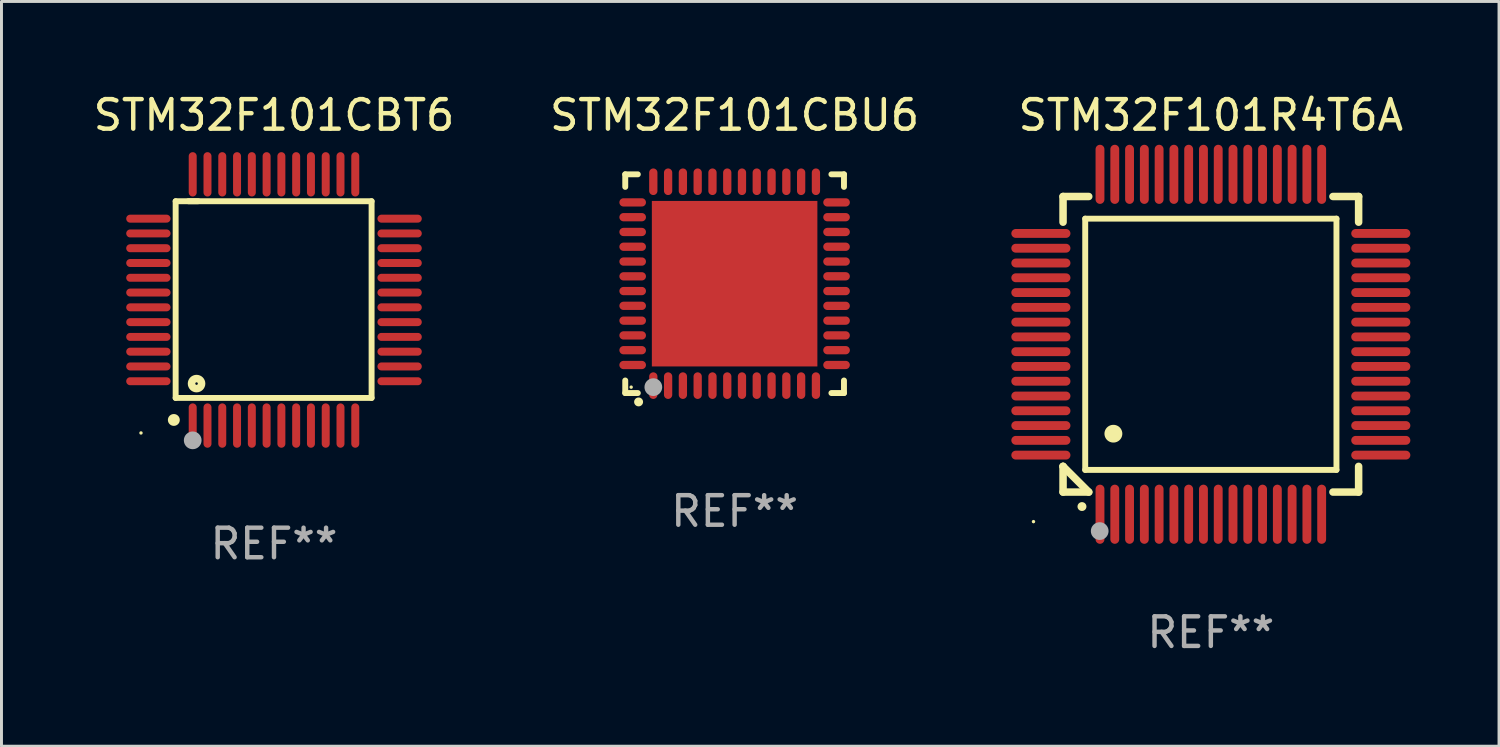
<source format=kicad_pcb>
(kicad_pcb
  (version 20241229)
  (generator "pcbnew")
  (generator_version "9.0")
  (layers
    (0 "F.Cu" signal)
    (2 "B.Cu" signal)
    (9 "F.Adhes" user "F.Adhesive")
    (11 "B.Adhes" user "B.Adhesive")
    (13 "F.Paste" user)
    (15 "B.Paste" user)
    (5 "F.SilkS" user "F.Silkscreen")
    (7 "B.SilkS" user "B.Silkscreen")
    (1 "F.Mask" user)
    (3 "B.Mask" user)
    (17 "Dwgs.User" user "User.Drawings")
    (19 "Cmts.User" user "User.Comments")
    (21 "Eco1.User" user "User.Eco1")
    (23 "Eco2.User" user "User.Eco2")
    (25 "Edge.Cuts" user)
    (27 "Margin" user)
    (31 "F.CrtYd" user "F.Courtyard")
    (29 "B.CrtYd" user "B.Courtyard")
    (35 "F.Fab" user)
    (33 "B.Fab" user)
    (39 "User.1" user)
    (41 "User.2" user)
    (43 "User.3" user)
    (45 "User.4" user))
  (footprint "STM32F101CBT6"
    (layer "F.Cu")
    (at 6.22 7.098)
    (property "Reference" "STM32F101CBT6" (at 0 -6.25 0) (layer "F.SilkS") (effects (font (size 1 1) (thickness 0.15))))
    (attr through_hole)
    (fp_line (start -3.327 -3.34) (end -2.565 -3.34) (stroke (width 0.2) (type solid)) (layer "F.SilkS"))
    (fp_line (start -3.327 3.315) (end -3.327 -3.34) (stroke (width 0.2) (type solid)) (layer "F.SilkS"))
    (fp_line (start -2.896 -3.34) (end 3.302 -3.34) (stroke (width 0.2) (type solid)) (layer "F.SilkS"))
    (fp_line (start 3.302 -3.34) (end 3.302 3.315) (stroke (width 0.2) (type solid)) (layer "F.SilkS"))
    (fp_line (start 3.302 3.315) (end -3.327 3.315) (stroke (width 0.2) (type solid)) (layer "F.SilkS"))
    (fp_arc (start -3.389992 4.059995) (mid -3.388722 4.059991) (end -3.387452 4.059995) (stroke (width 0.4) (type solid)) (layer "F.SilkS"))
    (fp_circle (center -4.5 4.5) (end -4.47 4.5) (stroke (width 0.06) (type solid)) (fill no) (layer "F.SilkS"))
    (fp_circle (center -2.62 2.83) (end -2.45 2.83) (stroke (width 0.254) (type solid)) (fill no) (layer "F.SilkS"))
    (fp_circle (center -2.75 4.75) (end -2.6 4.75) (stroke (width 0.3) (type solid)) (fill no) (layer "F.Fab"))
    (fp_text user "REF**" (at 0 8.25 0) (layer "F.Fab") (effects (font (size 1 1) (thickness 0.15))))
    (pad "1" smd oval (at -2.75 4.25) (size 0.27 1.5) (layers "F.Cu" "F.Mask" "F.Paste"))
    (pad "2" smd oval (at -2.25 4.25) (size 0.27 1.5) (layers "F.Cu" "F.Mask" "F.Paste"))
    (pad "3" smd oval (at -1.75 4.25) (size 0.27 1.5) (layers "F.Cu" "F.Mask" "F.Paste"))
    (pad "4" smd oval (at -1.25 4.25) (size 0.27 1.5) (layers "F.Cu" "F.Mask" "F.Paste"))
    (pad "5" smd oval (at -0.75 4.25) (size 0.27 1.5) (layers "F.Cu" "F.Mask" "F.Paste"))
    (pad "6" smd oval (at -0.25 4.25) (size 0.27 1.5) (layers "F.Cu" "F.Mask" "F.Paste"))
    (pad "7" smd oval (at 0.25 4.25) (size 0.27 1.5) (layers "F.Cu" "F.Mask" "F.Paste"))
    (pad "8" smd oval (at 0.75 4.25) (size 0.27 1.5) (layers "F.Cu" "F.Mask" "F.Paste"))
    (pad "9" smd oval (at 1.25 4.25) (size 0.27 1.5) (layers "F.Cu" "F.Mask" "F.Paste"))
    (pad "10" smd oval (at 1.75 4.25) (size 0.27 1.5) (layers "F.Cu" "F.Mask" "F.Paste"))
    (pad "11" smd oval (at 2.25 4.25) (size 0.27 1.5) (layers "F.Cu" "F.Mask" "F.Paste"))
    (pad "12" smd oval (at 2.75 4.25) (size 0.27 1.5) (layers "F.Cu" "F.Mask" "F.Paste"))
    (pad "13" smd oval (at 4.25 2.75) (size 1.5 0.27) (layers "F.Cu" "F.Mask" "F.Paste"))
    (pad "14" smd oval (at 4.25 2.25) (size 1.5 0.27) (layers "F.Cu" "F.Mask" "F.Paste"))
    (pad "15" smd oval (at 4.25 1.75) (size 1.5 0.27) (layers "F.Cu" "F.Mask" "F.Paste"))
    (pad "16" smd oval (at 4.25 1.25) (size 1.5 0.27) (layers "F.Cu" "F.Mask" "F.Paste"))
    (pad "17" smd oval (at 4.25 0.75) (size 1.5 0.27) (layers "F.Cu" "F.Mask" "F.Paste"))
    (pad "18" smd oval (at 4.25 0.25) (size 1.5 0.27) (layers "F.Cu" "F.Mask" "F.Paste"))
    (pad "19" smd oval (at 4.25 -0.25) (size 1.5 0.27) (layers "F.Cu" "F.Mask" "F.Paste"))
    (pad "20" smd oval (at 4.25 -0.75) (size 1.5 0.27) (layers "F.Cu" "F.Mask" "F.Paste"))
    (pad "21" smd oval (at 4.25 -1.25) (size 1.5 0.27) (layers "F.Cu" "F.Mask" "F.Paste"))
    (pad "22" smd oval (at 4.25 -1.75) (size 1.5 0.27) (layers "F.Cu" "F.Mask" "F.Paste"))
    (pad "23" smd oval (at 4.25 -2.25) (size 1.5 0.27) (layers "F.Cu" "F.Mask" "F.Paste"))
    (pad "24" smd oval (at 4.25 -2.75) (size 1.5 0.27) (layers "F.Cu" "F.Mask" "F.Paste"))
    (pad "25" smd oval (at 2.75 -4.25) (size 0.27 1.5) (layers "F.Cu" "F.Mask" "F.Paste"))
    (pad "26" smd oval (at 2.25 -4.25) (size 0.27 1.5) (layers "F.Cu" "F.Mask" "F.Paste"))
    (pad "27" smd oval (at 1.75 -4.25) (size 0.27 1.5) (layers "F.Cu" "F.Mask" "F.Paste"))
    (pad "28" smd oval (at 1.25 -4.25) (size 0.27 1.5) (layers "F.Cu" "F.Mask" "F.Paste"))
    (pad "29" smd oval (at 0.75 -4.25) (size 0.27 1.5) (layers "F.Cu" "F.Mask" "F.Paste"))
    (pad "30" smd oval (at 0.25 -4.25) (size 0.27 1.5) (layers "F.Cu" "F.Mask" "F.Paste"))
    (pad "31" smd oval (at -0.25 -4.25) (size 0.27 1.5) (layers "F.Cu" "F.Mask" "F.Paste"))
    (pad "32" smd oval (at -0.75 -4.25) (size 0.27 1.5) (layers "F.Cu" "F.Mask" "F.Paste"))
    (pad "33" smd oval (at -1.25 -4.25) (size 0.27 1.5) (layers "F.Cu" "F.Mask" "F.Paste"))
    (pad "34" smd oval (at -1.75 -4.25) (size 0.27 1.5) (layers "F.Cu" "F.Mask" "F.Paste"))
    (pad "35" smd oval (at -2.25 -4.25) (size 0.27 1.5) (layers "F.Cu" "F.Mask" "F.Paste"))
    (pad "36" smd oval (at -2.75 -4.25) (size 0.27 1.5) (layers "F.Cu" "F.Mask" "F.Paste"))
    (pad "37" smd oval (at -4.25 -2.75) (size 1.5 0.27) (layers "F.Cu" "F.Mask" "F.Paste"))
    (pad "38" smd oval (at -4.25 -2.25) (size 1.5 0.27) (layers "F.Cu" "F.Mask" "F.Paste"))
    (pad "39" smd oval (at -4.25 -1.75) (size 1.5 0.27) (layers "F.Cu" "F.Mask" "F.Paste"))
    (pad "40" smd oval (at -4.25 -1.25) (size 1.5 0.27) (layers "F.Cu" "F.Mask" "F.Paste"))
    (pad "41" smd oval (at -4.25 -0.75) (size 1.5 0.27) (layers "F.Cu" "F.Mask" "F.Paste"))
    (pad "42" smd oval (at -4.25 -0.25) (size 1.5 0.27) (layers "F.Cu" "F.Mask" "F.Paste"))
    (pad "43" smd oval (at -4.25 0.25) (size 1.5 0.27) (layers "F.Cu" "F.Mask" "F.Paste"))
    (pad "44" smd oval (at -4.25 0.75) (size 1.5 0.27) (layers "F.Cu" "F.Mask" "F.Paste"))
    (pad "45" smd oval (at -4.25 1.25) (size 1.5 0.27) (layers "F.Cu" "F.Mask" "F.Paste"))
    (pad "46" smd oval (at -4.25 1.75) (size 1.5 0.27) (layers "F.Cu" "F.Mask" "F.Paste"))
    (pad "47" smd oval (at -4.25 2.25) (size 1.5 0.27) (layers "F.Cu" "F.Mask" "F.Paste"))
    (pad "48" smd oval (at -4.25 2.75) (size 1.5 0.27) (layers "F.Cu" "F.Mask" "F.Paste")))
  (footprint "STM32F101CBU6"
    (layer "F.Cu")
    (at 21.804 6.548)
    (property "Reference" "STM32F101CBU6" (at 0 -5.7 0) (layer "F.SilkS") (effects (font (size 1 1) (thickness 0.15))))
    (attr through_hole)
    (fp_line (start -3.7 -3.7) (end -3.275 -3.7) (stroke (width 0.2) (type solid)) (layer "F.SilkS"))
    (fp_line (start -3.7 -3.275) (end -3.7 -3.7) (stroke (width 0.2) (type solid)) (layer "F.SilkS"))
    (fp_line (start -3.7 3.7) (end -3.7 3.275) (stroke (width 0.2) (type solid)) (layer "F.SilkS"))
    (fp_line (start -3.275 3.7) (end -3.7 3.7) (stroke (width 0.2) (type solid)) (layer "F.SilkS"))
    (fp_line (start 3.7 -3.7) (end 3.275 -3.7) (stroke (width 0.2) (type solid)) (layer "F.SilkS"))
    (fp_line (start 3.7 -3.275) (end 3.7 -3.7) (stroke (width 0.2) (type solid)) (layer "F.SilkS"))
    (fp_line (start 3.7 3.275) (end 3.7 3.7) (stroke (width 0.2) (type solid)) (layer "F.SilkS"))
    (fp_line (start 3.7 3.7) (end 3.275 3.7) (stroke (width 0.2) (type solid)) (layer "F.SilkS"))
    (fp_arc (start -3.249936 3.999975) (mid -3.248666 3.99997) (end -3.247396 3.999975) (stroke (width 0.3) (type solid)) (layer "F.SilkS"))
    (fp_circle (center -3.5 3.5) (end -3.47 3.5) (stroke (width 0.06) (type solid)) (fill no) (layer "F.SilkS"))
    (fp_circle (center -2.75 3.5) (end -2.6 3.5) (stroke (width 0.3) (type solid)) (fill no) (layer "F.Fab"))
    (fp_text user "REF**" (at 0 7.7 0) (layer "F.Fab") (effects (font (size 1 1) (thickness 0.15))))
    (pad "1" smd oval (at -2.751 3.449) (size 0.28 0.9) (layers "F.Cu" "F.Mask" "F.Paste"))
    (pad "2" smd oval (at -2.25 3.449) (size 0.28 0.9) (layers "F.Cu" "F.Mask" "F.Paste"))
    (pad "3" smd oval (at -1.75 3.449) (size 0.28 0.9) (layers "F.Cu" "F.Mask" "F.Paste"))
    (pad "4" smd oval (at -1.25 3.449) (size 0.28 0.9) (layers "F.Cu" "F.Mask" "F.Paste"))
    (pad "5" smd oval (at -0.749 3.449) (size 0.28 0.9) (layers "F.Cu" "F.Mask" "F.Paste"))
    (pad "6" smd oval (at -0.249 3.449) (size 0.28 0.9) (layers "F.Cu" "F.Mask" "F.Paste"))
    (pad "7" smd oval (at 0.249 3.449) (size 0.28 0.9) (layers "F.Cu" "F.Mask" "F.Paste"))
    (pad "8" smd oval (at 0.749 3.449) (size 0.28 0.9) (layers "F.Cu" "F.Mask" "F.Paste"))
    (pad "9" smd oval (at 1.25 3.449) (size 0.28 0.9) (layers "F.Cu" "F.Mask" "F.Paste"))
    (pad "10" smd oval (at 1.75 3.449) (size 0.28 0.9) (layers "F.Cu" "F.Mask" "F.Paste"))
    (pad "11" smd oval (at 2.251 3.449) (size 0.28 0.9) (layers "F.Cu" "F.Mask" "F.Paste"))
    (pad "12" smd oval (at 2.751 3.449) (size 0.28 0.9) (layers "F.Cu" "F.Mask" "F.Paste"))
    (pad "13" smd oval (at 3.449 2.75) (size 0.9 0.28) (layers "F.Cu" "F.Mask" "F.Paste"))
    (pad "14" smd oval (at 3.449 2.25) (size 0.9 0.28) (layers "F.Cu" "F.Mask" "F.Paste"))
    (pad "15" smd oval (at 3.449 1.75) (size 0.9 0.28) (layers "F.Cu" "F.Mask" "F.Paste"))
    (pad "16" smd oval (at 3.449 1.25) (size 0.9 0.28) (layers "F.Cu" "F.Mask" "F.Paste"))
    (pad "17" smd oval (at 3.449 0.75) (size 0.9 0.28) (layers "F.Cu" "F.Mask" "F.Paste"))
    (pad "18" smd oval (at 3.449 0.25) (size 0.9 0.28) (layers "F.Cu" "F.Mask" "F.Paste"))
    (pad "19" smd oval (at 3.449 -0.25) (size 0.9 0.28) (layers "F.Cu" "F.Mask" "F.Paste"))
    (pad "20" smd oval (at 3.449 -0.75) (size 0.9 0.28) (layers "F.Cu" "F.Mask" "F.Paste"))
    (pad "21" smd oval (at 3.449 -1.25) (size 0.9 0.28) (layers "F.Cu" "F.Mask" "F.Paste"))
    (pad "22" smd oval (at 3.449 -1.75) (size 0.9 0.28) (layers "F.Cu" "F.Mask" "F.Paste"))
    (pad "23" smd oval (at 3.449 -2.25) (size 0.9 0.28) (layers "F.Cu" "F.Mask" "F.Paste"))
    (pad "24" smd oval (at 3.449 -2.75) (size 0.9 0.28) (layers "F.Cu" "F.Mask" "F.Paste"))
    (pad "25" smd oval (at 2.751 -3.449) (size 0.28 0.9) (layers "F.Cu" "F.Mask" "F.Paste"))
    (pad "26" smd oval (at 2.251 -3.449) (size 0.28 0.9) (layers "F.Cu" "F.Mask" "F.Paste"))
    (pad "27" smd oval (at 1.75 -3.449) (size 0.28 0.9) (layers "F.Cu" "F.Mask" "F.Paste"))
    (pad "28" smd oval (at 1.25 -3.449) (size 0.28 0.9) (layers "F.Cu" "F.Mask" "F.Paste"))
    (pad "29" smd oval (at 0.749 -3.449) (size 0.28 0.9) (layers "F.Cu" "F.Mask" "F.Paste"))
    (pad "30" smd oval (at 0.249 -3.449) (size 0.28 0.9) (layers "F.Cu" "F.Mask" "F.Paste"))
    (pad "31" smd oval (at -0.249 -3.449) (size 0.28 0.9) (layers "F.Cu" "F.Mask" "F.Paste"))
    (pad "32" smd oval (at -0.749 -3.449) (size 0.28 0.9) (layers "F.Cu" "F.Mask" "F.Paste"))
    (pad "33" smd oval (at -1.25 -3.449) (size 0.28 0.9) (layers "F.Cu" "F.Mask" "F.Paste"))
    (pad "34" smd oval (at -1.75 -3.449) (size 0.28 0.9) (layers "F.Cu" "F.Mask" "F.Paste"))
    (pad "35" smd oval (at -2.25 -3.449) (size 0.28 0.9) (layers "F.Cu" "F.Mask" "F.Paste"))
    (pad "36" smd oval (at -2.751 -3.449) (size 0.28 0.9) (layers "F.Cu" "F.Mask" "F.Paste"))
    (pad "37" smd oval (at -3.449 -2.751) (size 0.9 0.28) (layers "F.Cu" "F.Mask" "F.Paste"))
    (pad "38" smd oval (at -3.449 -2.25) (size 0.9 0.28) (layers "F.Cu" "F.Mask" "F.Paste"))
    (pad "39" smd oval (at -3.449 -1.75) (size 0.9 0.28) (layers "F.Cu" "F.Mask" "F.Paste"))
    (pad "40" smd oval (at -3.449 -1.25) (size 0.9 0.28) (layers "F.Cu" "F.Mask" "F.Paste"))
    (pad "41" smd oval (at -3.449 -0.749) (size 0.9 0.28) (layers "F.Cu" "F.Mask" "F.Paste"))
    (pad "42" smd oval (at -3.449 -0.249) (size 0.9 0.28) (layers "F.Cu" "F.Mask" "F.Paste"))
    (pad "43" smd oval (at -3.449 0.249) (size 0.9 0.28) (layers "F.Cu" "F.Mask" "F.Paste"))
    (pad "44" smd oval (at -3.449 0.749) (size 0.9 0.28) (layers "F.Cu" "F.Mask" "F.Paste"))
    (pad "45" smd oval (at -3.449 1.25) (size 0.9 0.28) (layers "F.Cu" "F.Mask" "F.Paste"))
    (pad "46" smd oval (at -3.449 1.75) (size 0.9 0.28) (layers "F.Cu" "F.Mask" "F.Paste"))
    (pad "47" smd oval (at -3.449 2.25) (size 0.9 0.28) (layers "F.Cu" "F.Mask" "F.Paste"))
    (pad "48" smd oval (at -3.449 2.751) (size 0.9 0.28) (layers "F.Cu" "F.Mask" "F.Paste"))
    (pad "49" smd rect (at 0.000076 -0.000025) (size 5.6 5.6) (layers "F.Cu" "F.Mask" "F.Paste")))
  (footprint "STM32F101R4T6A"
    (layer "F.Cu")
    (at 37.916 8.598)
    (property "Reference" "STM32F101R4T6A" (at 0 -7.75 0) (layer "F.SilkS") (effects (font (size 1 1) (thickness 0.15))))
    (attr through_hole)
    (fp_line (start -5 -5) (end -4.131 -5) (stroke (width 0.254) (type solid)) (layer "F.SilkS"))
    (fp_line (start -5 -4.131) (end -5 -5) (stroke (width 0.254) (type solid)) (layer "F.SilkS"))
    (fp_line (start -5 4.131) (end -5 4.131) (stroke (width 0.254) (type solid)) (layer "F.SilkS"))
    (fp_line (start -5 5) (end -5 4.131) (stroke (width 0.254) (type solid)) (layer "F.SilkS"))
    (fp_line (start -5 4.131) (end -4.131 5) (stroke (width 0.254) (type solid)) (layer "F.SilkS"))
    (fp_line (start -4.25 -4.25) (end -4.25 4.25) (stroke (width 0.2) (type solid)) (layer "F.SilkS"))
    (fp_line (start -4.25 4.25) (end 4.25 4.25) (stroke (width 0.2) (type solid)) (layer "F.SilkS"))
    (fp_line (start -4.131 5) (end -5 5) (stroke (width 0.254) (type solid)) (layer "F.SilkS"))
    (fp_line (start 4.25 -4.25) (end -4.25 -4.25) (stroke (width 0.2) (type solid)) (layer "F.SilkS"))
    (fp_line (start 4.25 4.25) (end 4.25 -4.25) (stroke (width 0.2) (type solid)) (layer "F.SilkS"))
    (fp_line (start 5 -5) (end 4.131 -5) (stroke (width 0.254) (type solid)) (layer "F.SilkS"))
    (fp_line (start 5 -5) (end 5 -4.131) (stroke (width 0.254) (type solid)) (layer "F.SilkS"))
    (fp_line (start 5 4.131) (end 5 5) (stroke (width 0.254) (type solid)) (layer "F.SilkS"))
    (fp_line (start 5 5) (end 4.131 5) (stroke (width 0.254) (type solid)) (layer "F.SilkS"))
    (fp_arc (start -4.361265 5.489992) (mid -4.359995 5.489987) (end -4.358725 5.489992) (stroke (width 0.3) (type solid)) (layer "F.SilkS"))
    (fp_arc (start -3.299467 3.025146) (mid -3.296927 3.025135) (end -3.294387 3.025146) (stroke (width 0.6) (type solid)) (layer "F.SilkS"))
    (fp_circle (center -6 6) (end -5.97 6) (stroke (width 0.06) (type solid)) (fill no) (layer "F.SilkS"))
    (fp_circle (center -3.76 6.32) (end -3.61 6.32) (stroke (width 0.3) (type solid)) (fill no) (layer "F.Fab"))
    (fp_text user "REF**" (at 0 9.75 0) (layer "F.Fab") (effects (font (size 1 1) (thickness 0.15))))
    (pad "1" smd oval (at -3.75 5.75) (size 0.3 2) (layers "F.Cu" "F.Mask" "F.Paste"))
    (pad "2" smd oval (at -3.25 5.75) (size 0.3 2) (layers "F.Cu" "F.Mask" "F.Paste"))
    (pad "3" smd oval (at -2.75 5.75) (size 0.3 2) (layers "F.Cu" "F.Mask" "F.Paste"))
    (pad "4" smd oval (at -2.25 5.75) (size 0.3 2) (layers "F.Cu" "F.Mask" "F.Paste"))
    (pad "5" smd oval (at -1.75 5.75) (size 0.3 2) (layers "F.Cu" "F.Mask" "F.Paste"))
    (pad "6" smd oval (at -1.25 5.75) (size 0.3 2) (layers "F.Cu" "F.Mask" "F.Paste"))
    (pad "7" smd oval (at -0.75 5.75) (size 0.3 2) (layers "F.Cu" "F.Mask" "F.Paste"))
    (pad "8" smd oval (at -0.25 5.75) (size 0.3 2) (layers "F.Cu" "F.Mask" "F.Paste"))
    (pad "9" smd oval (at 0.25 5.75) (size 0.3 2) (layers "F.Cu" "F.Mask" "F.Paste"))
    (pad "10" smd oval (at 0.75 5.75) (size 0.3 2) (layers "F.Cu" "F.Mask" "F.Paste"))
    (pad "11" smd oval (at 1.25 5.75) (size 0.3 2) (layers "F.Cu" "F.Mask" "F.Paste"))
    (pad "12" smd oval (at 1.75 5.75) (size 0.3 2) (layers "F.Cu" "F.Mask" "F.Paste"))
    (pad "13" smd oval (at 2.25 5.75) (size 0.3 2) (layers "F.Cu" "F.Mask" "F.Paste"))
    (pad "14" smd oval (at 2.75 5.75) (size 0.3 2) (layers "F.Cu" "F.Mask" "F.Paste"))
    (pad "15" smd oval (at 3.25 5.75) (size 0.3 2) (layers "F.Cu" "F.Mask" "F.Paste"))
    (pad "16" smd oval (at 3.75 5.75) (size 0.3 2) (layers "F.Cu" "F.Mask" "F.Paste"))
    (pad "17" smd oval (at 5.75 3.75) (size 2 0.3) (layers "F.Cu" "F.Mask" "F.Paste"))
    (pad "18" smd oval (at 5.75 3.25) (size 2 0.3) (layers "F.Cu" "F.Mask" "F.Paste"))
    (pad "19" smd oval (at 5.75 2.75) (size 2 0.3) (layers "F.Cu" "F.Mask" "F.Paste"))
    (pad "20" smd oval (at 5.75 2.25) (size 2 0.3) (layers "F.Cu" "F.Mask" "F.Paste"))
    (pad "21" smd oval (at 5.75 1.75) (size 2 0.3) (layers "F.Cu" "F.Mask" "F.Paste"))
    (pad "22" smd oval (at 5.75 1.25) (size 2 0.3) (layers "F.Cu" "F.Mask" "F.Paste"))
    (pad "23" smd oval (at 5.75 0.75) (size 2 0.3) (layers "F.Cu" "F.Mask" "F.Paste"))
    (pad "24" smd oval (at 5.75 0.25) (size 2 0.3) (layers "F.Cu" "F.Mask" "F.Paste"))
    (pad "25" smd oval (at 5.75 -0.25) (size 2 0.3) (layers "F.Cu" "F.Mask" "F.Paste"))
    (pad "26" smd oval (at 5.75 -0.75) (size 2 0.3) (layers "F.Cu" "F.Mask" "F.Paste"))
    (pad "27" smd oval (at 5.75 -1.25) (size 2 0.3) (layers "F.Cu" "F.Mask" "F.Paste"))
    (pad "28" smd oval (at 5.75 -1.75) (size 2 0.3) (layers "F.Cu" "F.Mask" "F.Paste"))
    (pad "29" smd oval (at 5.75 -2.25) (size 2 0.3) (layers "F.Cu" "F.Mask" "F.Paste"))
    (pad "30" smd oval (at 5.75 -2.75) (size 2 0.3) (layers "F.Cu" "F.Mask" "F.Paste"))
    (pad "31" smd oval (at 5.75 -3.25) (size 2 0.3) (layers "F.Cu" "F.Mask" "F.Paste"))
    (pad "32" smd oval (at 5.75 -3.75) (size 2 0.3) (layers "F.Cu" "F.Mask" "F.Paste"))
    (pad "33" smd oval (at 3.75 -5.75) (size 0.3 2) (layers "F.Cu" "F.Mask" "F.Paste"))
    (pad "34" smd oval (at 3.25 -5.75) (size 0.3 2) (layers "F.Cu" "F.Mask" "F.Paste"))
    (pad "35" smd oval (at 2.75 -5.75) (size 0.3 2) (layers "F.Cu" "F.Mask" "F.Paste"))
    (pad "36" smd oval (at 2.25 -5.75) (size 0.3 2) (layers "F.Cu" "F.Mask" "F.Paste"))
    (pad "37" smd oval (at 1.75 -5.75) (size 0.3 2) (layers "F.Cu" "F.Mask" "F.Paste"))
    (pad "38" smd oval (at 1.25 -5.75) (size 0.3 2) (layers "F.Cu" "F.Mask" "F.Paste"))
    (pad "39" smd oval (at 0.75 -5.75) (size 0.3 2) (layers "F.Cu" "F.Mask" "F.Paste"))
    (pad "40" smd oval (at 0.25 -5.75) (size 0.3 2) (layers "F.Cu" "F.Mask" "F.Paste"))
    (pad "41" smd oval (at -0.25 -5.75) (size 0.3 2) (layers "F.Cu" "F.Mask" "F.Paste"))
    (pad "42" smd oval (at -0.75 -5.75) (size 0.3 2) (layers "F.Cu" "F.Mask" "F.Paste"))
    (pad "43" smd oval (at -1.25 -5.75) (size 0.3 2) (layers "F.Cu" "F.Mask" "F.Paste"))
    (pad "44" smd oval (at -1.75 -5.75) (size 0.3 2) (layers "F.Cu" "F.Mask" "F.Paste"))
    (pad "45" smd oval (at -2.25 -5.75) (size 0.3 2) (layers "F.Cu" "F.Mask" "F.Paste"))
    (pad "46" smd oval (at -2.75 -5.75) (size 0.3 2) (layers "F.Cu" "F.Mask" "F.Paste"))
    (pad "47" smd oval (at -3.25 -5.75) (size 0.3 2) (layers "F.Cu" "F.Mask" "F.Paste"))
    (pad "48" smd oval (at -3.75 -5.75) (size 0.3 2) (layers "F.Cu" "F.Mask" "F.Paste"))
    (pad "49" smd oval (at -5.75 -3.75) (size 2 0.3) (layers "F.Cu" "F.Mask" "F.Paste"))
    (pad "50" smd oval (at -5.75 -3.25) (size 2 0.3) (layers "F.Cu" "F.Mask" "F.Paste"))
    (pad "51" smd oval (at -5.75 -2.75) (size 2 0.3) (layers "F.Cu" "F.Mask" "F.Paste"))
    (pad "52" smd oval (at -5.75 -2.25) (size 2 0.3) (layers "F.Cu" "F.Mask" "F.Paste"))
    (pad "53" smd oval (at -5.75 -1.75) (size 2 0.3) (layers "F.Cu" "F.Mask" "F.Paste"))
    (pad "54" smd oval (at -5.75 -1.25) (size 2 0.3) (layers "F.Cu" "F.Mask" "F.Paste"))
    (pad "55" smd oval (at -5.75 -0.75) (size 2 0.3) (layers "F.Cu" "F.Mask" "F.Paste"))
    (pad "56" smd oval (at -5.75 -0.25) (size 2 0.3) (layers "F.Cu" "F.Mask" "F.Paste"))
    (pad "57" smd oval (at -5.75 0.25) (size 2 0.3) (layers "F.Cu" "F.Mask" "F.Paste"))
    (pad "58" smd oval (at -5.75 0.75) (size 2 0.3) (layers "F.Cu" "F.Mask" "F.Paste"))
    (pad "59" smd oval (at -5.75 1.25) (size 2 0.3) (layers "F.Cu" "F.Mask" "F.Paste"))
    (pad "60" smd oval (at -5.75 1.75) (size 2 0.3) (layers "F.Cu" "F.Mask" "F.Paste"))
    (pad "61" smd oval (at -5.75 2.25) (size 2 0.3) (layers "F.Cu" "F.Mask" "F.Paste"))
    (pad "62" smd oval (at -5.75 2.75) (size 2 0.3) (layers "F.Cu" "F.Mask" "F.Paste"))
    (pad "63" smd oval (at -5.75 3.25) (size 2 0.3) (layers "F.Cu" "F.Mask" "F.Paste"))
    (pad "64" smd oval (at -5.75 3.75) (size 2 0.3) (layers "F.Cu" "F.Mask" "F.Paste")))
  (gr_rect
    (start -3 -3)
    (end 47.666 22.196)
    (stroke (width 0.1) (type default))
    (fill no)
    (layer "Edge.Cuts")))
</source>
